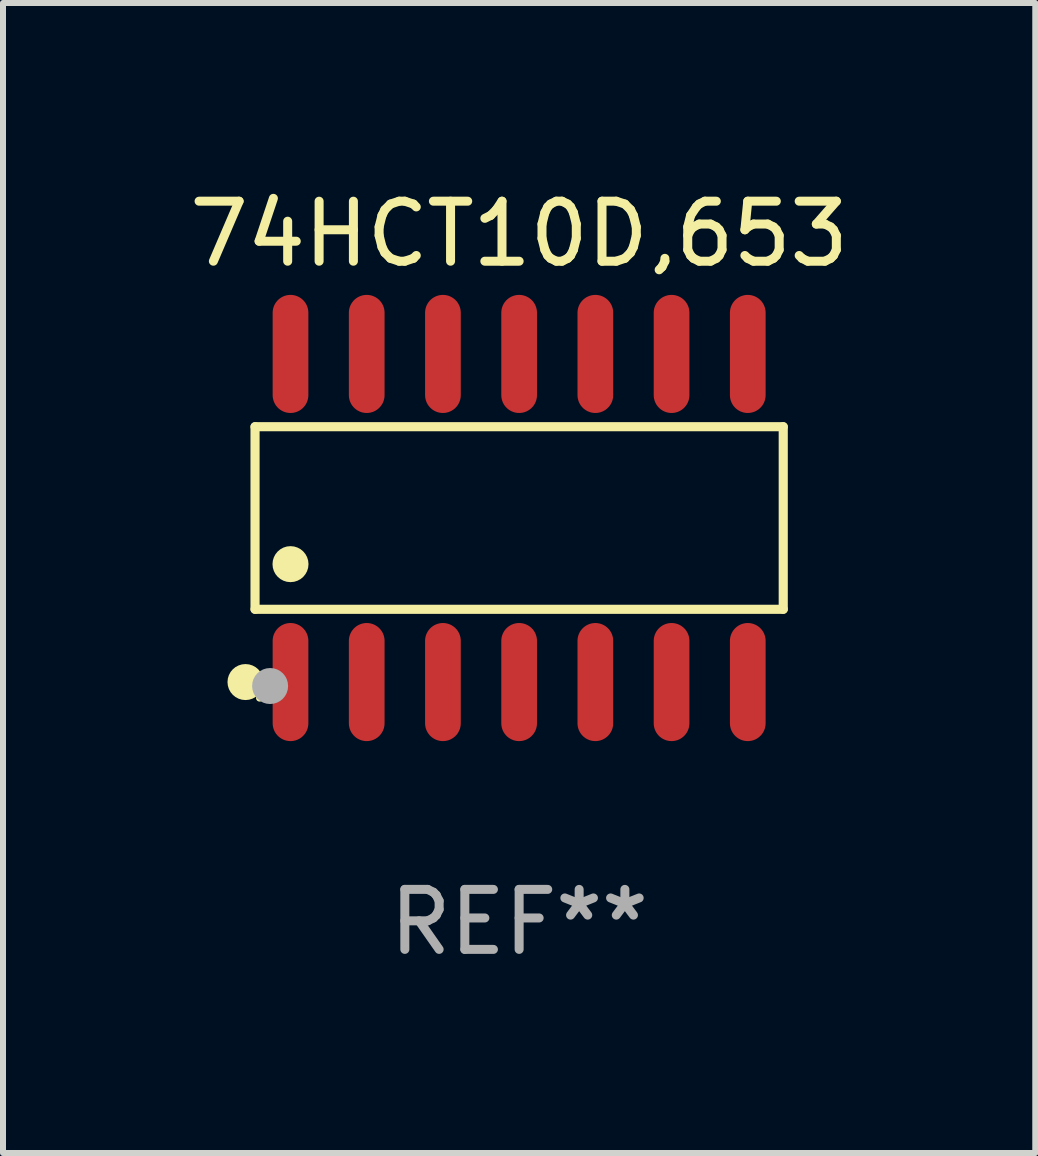
<source format=kicad_pcb>
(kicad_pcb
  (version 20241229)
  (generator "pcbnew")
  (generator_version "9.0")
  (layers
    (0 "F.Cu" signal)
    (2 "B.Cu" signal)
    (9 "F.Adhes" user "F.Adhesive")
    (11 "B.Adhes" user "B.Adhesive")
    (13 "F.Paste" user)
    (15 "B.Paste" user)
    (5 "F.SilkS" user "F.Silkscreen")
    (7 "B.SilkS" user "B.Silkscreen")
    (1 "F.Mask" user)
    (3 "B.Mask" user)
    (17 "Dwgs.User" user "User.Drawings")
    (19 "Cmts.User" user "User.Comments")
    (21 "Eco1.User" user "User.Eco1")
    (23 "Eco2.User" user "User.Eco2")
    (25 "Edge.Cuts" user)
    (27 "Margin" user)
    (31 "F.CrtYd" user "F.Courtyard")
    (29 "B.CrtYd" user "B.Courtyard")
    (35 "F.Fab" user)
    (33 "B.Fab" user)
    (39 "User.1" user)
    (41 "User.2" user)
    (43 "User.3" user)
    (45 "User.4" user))
  (footprint "74HCT10D,653"
    (layer "F.Cu")
    (at 5.601 5.582)
    (property "Reference" "74HCT10D,653" (at 0 -4.734 0) (layer "F.SilkS") (effects (font (size 1 1) (thickness 0.15))))
    (attr through_hole)
    (fp_line (start -4.401 -1.521) (end 4.401 -1.521) (stroke (width 0.152) (type solid)) (layer "F.SilkS"))
    (fp_line (start -4.401 1.521) (end -4.401 -1.521) (stroke (width 0.152) (type solid)) (layer "F.SilkS"))
    (fp_line (start 4.401 -1.521) (end 4.401 1.521) (stroke (width 0.152) (type solid)) (layer "F.SilkS"))
    (fp_line (start 4.401 1.521) (end -4.401 1.521) (stroke (width 0.152) (type solid)) (layer "F.SilkS"))
    (fp_circle (center -4.56 2.734) (end -4.41 2.734) (stroke (width 0.3) (type solid)) (fill no) (layer "F.SilkS"))
    (fp_circle (center -4.325 3) (end -4.295 3) (stroke (width 0.06) (type solid)) (fill no) (layer "F.SilkS"))
    (fp_circle (center -3.81 0.769) (end -3.66 0.769) (stroke (width 0.3) (type solid)) (fill no) (layer "F.SilkS"))
    (fp_circle (center -4.15 2.8) (end -4 2.8) (stroke (width 0.3) (type solid)) (fill no) (layer "F.Fab"))
    (fp_text user "REF**" (at 0 6.734 0) (layer "F.Fab") (effects (font (size 1 1) (thickness 0.15))))
    (pad "1" smd oval (at -3.81 2.734) (size 0.595 1.968) (layers "F.Cu" "F.Mask" "F.Paste"))
    (pad "2" smd oval (at -2.54 2.734) (size 0.595 1.968) (layers "F.Cu" "F.Mask" "F.Paste"))
    (pad "3" smd oval (at -1.27 2.734) (size 0.595 1.968) (layers "F.Cu" "F.Mask" "F.Paste"))
    (pad "4" smd oval (at 0 2.734) (size 0.595 1.968) (layers "F.Cu" "F.Mask" "F.Paste"))
    (pad "5" smd oval (at 1.27 2.734) (size 0.595 1.968) (layers "F.Cu" "F.Mask" "F.Paste"))
    (pad "6" smd oval (at 2.54 2.734) (size 0.595 1.968) (layers "F.Cu" "F.Mask" "F.Paste"))
    (pad "7" smd oval (at 3.81 2.734) (size 0.595 1.968) (layers "F.Cu" "F.Mask" "F.Paste"))
    (pad "8" smd oval (at 3.81 -2.734) (size 0.595 1.968) (layers "F.Cu" "F.Mask" "F.Paste"))
    (pad "9" smd oval (at 2.54 -2.734) (size 0.595 1.968) (layers "F.Cu" "F.Mask" "F.Paste"))
    (pad "10" smd oval (at 1.27 -2.734) (size 0.595 1.968) (layers "F.Cu" "F.Mask" "F.Paste"))
    (pad "11" smd oval (at 0 -2.734) (size 0.595 1.968) (layers "F.Cu" "F.Mask" "F.Paste"))
    (pad "12" smd oval (at -1.27 -2.734) (size 0.595 1.968) (layers "F.Cu" "F.Mask" "F.Paste"))
    (pad "13" smd oval (at -2.54 -2.734) (size 0.595 1.968) (layers "F.Cu" "F.Mask" "F.Paste"))
    (pad "14" smd oval (at -3.81 -2.734) (size 0.595 1.968) (layers "F.Cu" "F.Mask" "F.Paste")))
  (gr_rect
    (start -3 -3)
    (end 14.202 16.164)
    (stroke (width 0.1) (type default))
    (fill no)
    (layer "Edge.Cuts")))
</source>
